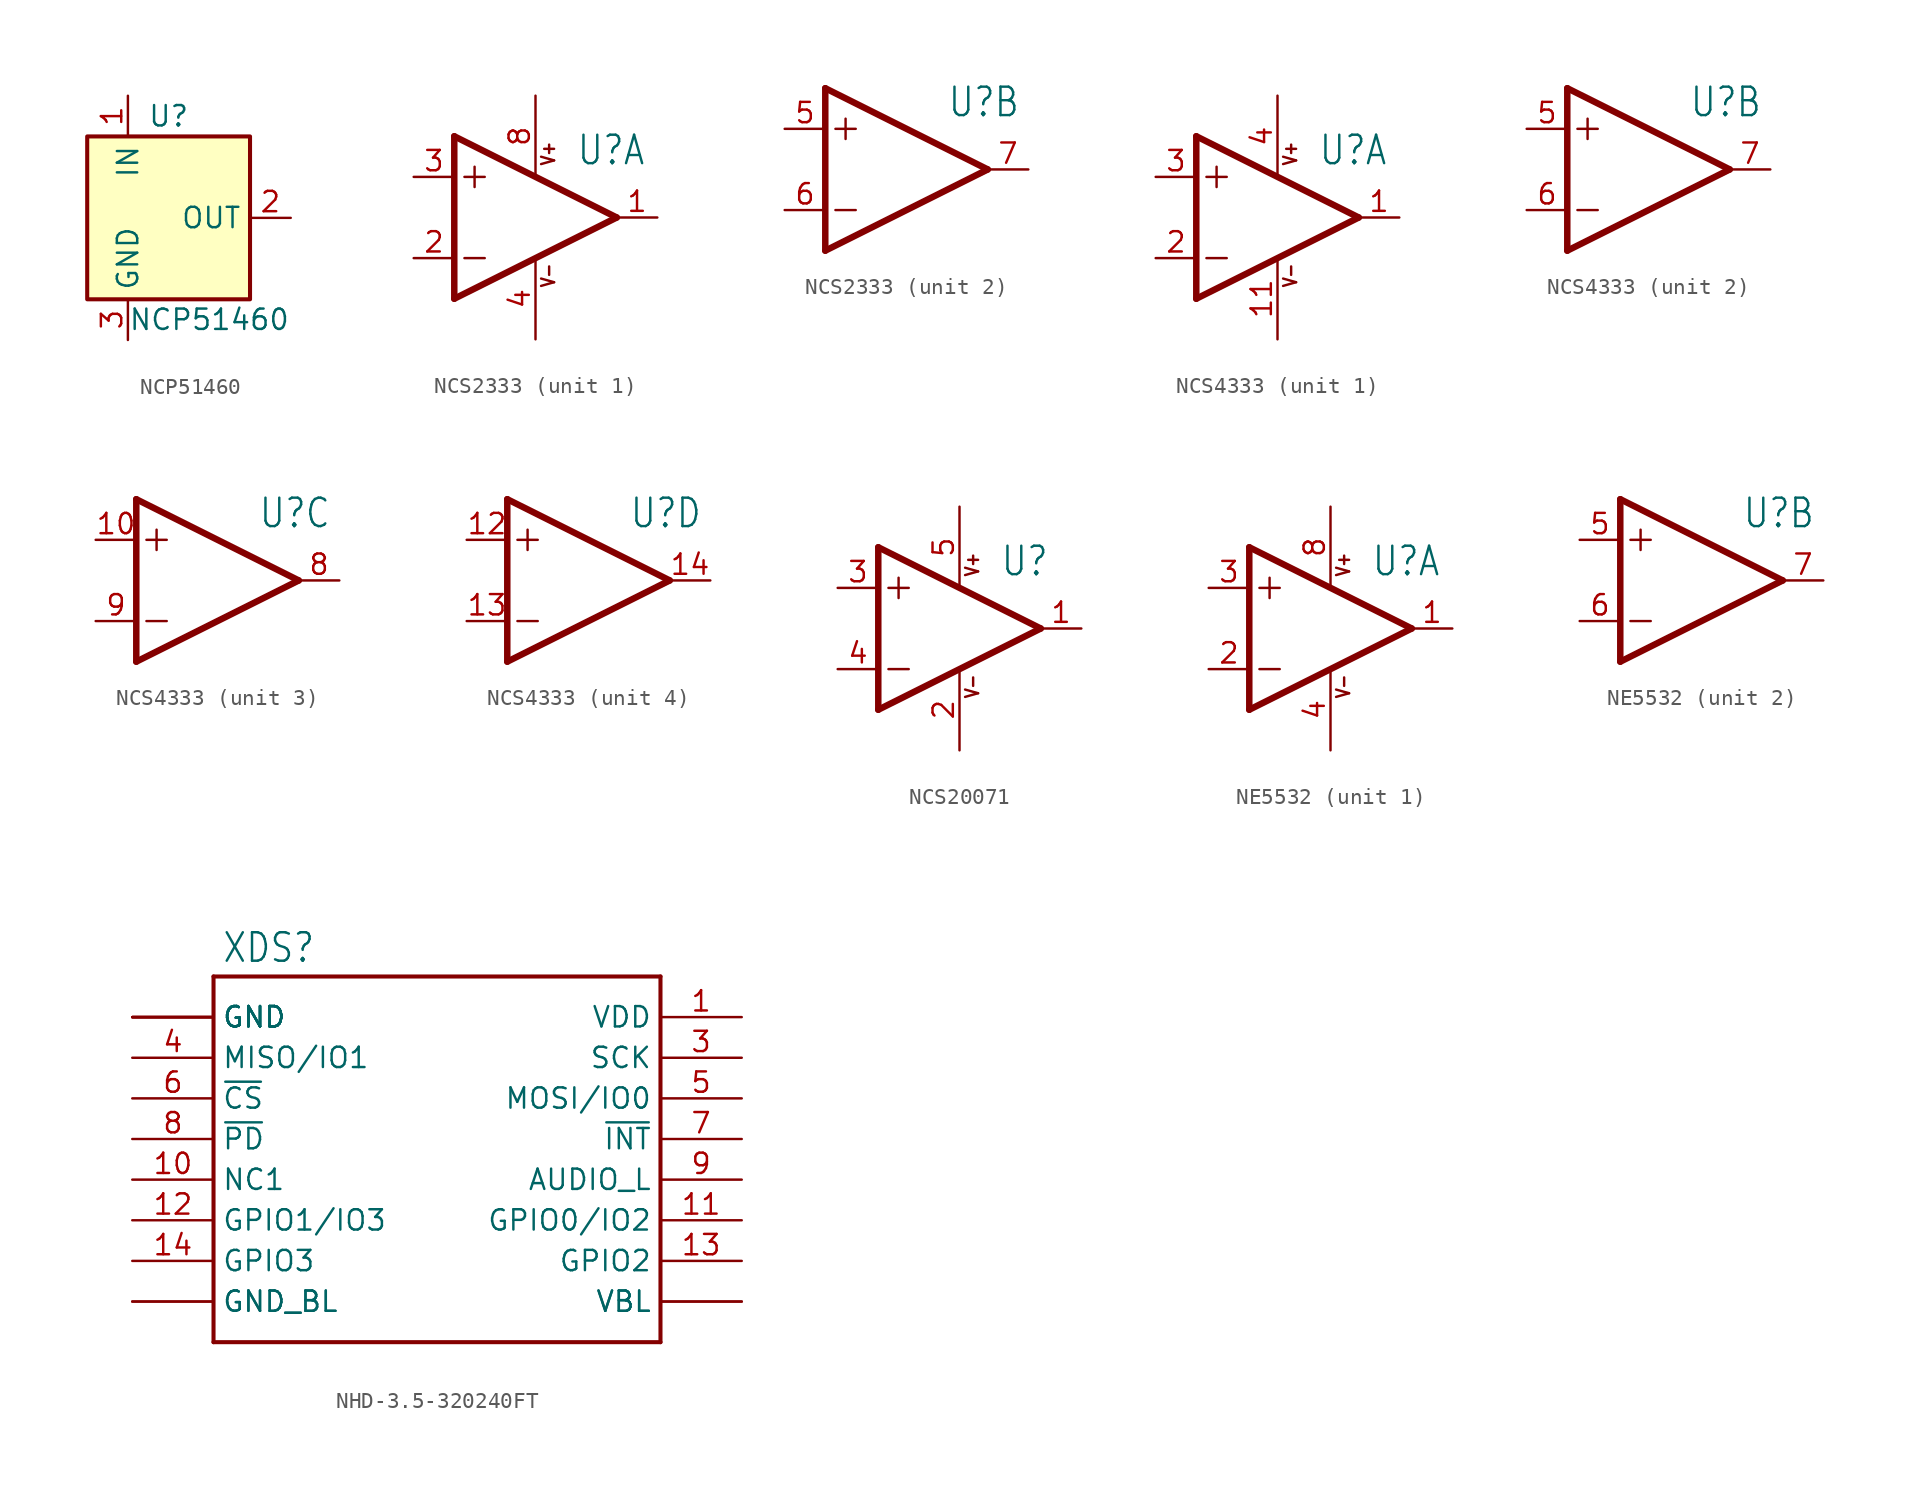
<source format=kicad_sym>
(kicad_symbol_lib
  (version 20231120)
  (generator "kicad_symbol_editor")
  (generator_version "8.0")
  (symbol "NCP51460"
    (property "Reference" "U"
      (at 0 6.35 0)
      (effects (font (size 1.27 1.27))))
    (property "Value" "NCP51460"
      (at 2.54 -6.35 0)
      (effects (font (size 1.27 1.27))))
    (symbol "NCP51460_0_1"
      (rectangle (start -5.08 5.08) (end 5.08 -5.08) (stroke (width 0.254) (type default)) (fill (type background))))
    (symbol "NCP51460_1_1"
      (pin power_in line (at -2.54 7.62 270) (length 2.54) (name "IN" (effects (font (size 1.27 1.27)))) (number "1" (effects (font (size 1.27 1.27)))))
      (pin power_out line (at 7.62 0 180) (length 2.54) (name "OUT" (effects (font (size 1.27 1.27)))) (number "2" (effects (font (size 1.27 1.27)))))
      (pin power_in line (at -2.54 -7.62 90) (length 2.54) (name "GND" (effects (font (size 1.27 1.27)))) (number "3" (effects (font (size 1.27 1.27)))))))
  (symbol "NCS2333"
    (property "Reference" "U"
      (at 2.54 3.175 0)
      (effects (font (size 1.778 1.511)) (justify left bottom)))
    (property "Value" ""
      (at 2.54 -5.08 0)
      (effects (font (size 1.778 1.511)) (justify left bottom)))
    (property "ki_locked" ""
      (at 0 0 0)
      (effects (font (size 1.27 1.27))))
    (symbol "NCS2333_1_0"
      (polyline (pts (xy -5.08 -5.08) (xy 5.08 0)) (stroke (width 0.406) (type solid)) (fill (type none)))
      (polyline (pts (xy -5.08 5.08) (xy -5.08 -5.08)) (stroke (width 0.406) (type solid)) (fill (type none)))
      (polyline (pts (xy -4.445 -2.54) (xy -3.175 -2.54)) (stroke (width 0.152) (type solid)) (fill (type none)))
      (polyline (pts (xy -4.445 2.54) (xy -3.175 2.54)) (stroke (width 0.152) (type solid)) (fill (type none)))
      (polyline (pts (xy -3.81 3.175) (xy -3.81 1.905)) (stroke (width 0.152) (type solid)) (fill (type none)))
      (polyline (pts (xy 5.08 0) (xy -5.08 5.08)) (stroke (width 0.406) (type solid)) (fill (type none)))
      (text "V+" (at 1.27 3.175 900) (effects (font (size 0.813 0.691)) (justify left bottom)))
      (text "V-" (at 1.27 -4.445 900) (effects (font (size 0.813 0.691)) (justify left bottom)))
      (pin output line (at 7.62 0 180) (length 2.54) (name "OUT" (effects (font (size 0 0)))) (number "1" (effects (font (size 1.27 1.27)))))
      (pin input line (at -7.62 -2.54 0) (length 2.54) (name "-IN" (effects (font (size 0 0)))) (number "2" (effects (font (size 1.27 1.27)))))
      (pin input line (at -7.62 2.54 0) (length 2.54) (name "+IN" (effects (font (size 0 0)))) (number "3" (effects (font (size 1.27 1.27)))))
      (pin power_in line (at 0 -7.62 90) (length 5.08) (name "V-" (effects (font (size 0 0)))) (number "4" (effects (font (size 1.27 1.27)))))
      (pin power_in line (at 0 7.62 270) (length 5.08) (name "V+" (effects (font (size 0 0)))) (number "8" (effects (font (size 1.27 1.27))))))
    (symbol "NCS2333_2_0"
      (polyline (pts (xy -5.08 -5.08) (xy 5.08 0)) (stroke (width 0.406) (type solid)) (fill (type none)))
      (polyline (pts (xy -5.08 5.08) (xy -5.08 -5.08)) (stroke (width 0.406) (type solid)) (fill (type none)))
      (polyline (pts (xy -4.445 -2.54) (xy -3.175 -2.54)) (stroke (width 0.152) (type solid)) (fill (type none)))
      (polyline (pts (xy -4.445 2.54) (xy -3.175 2.54)) (stroke (width 0.152) (type solid)) (fill (type none)))
      (polyline (pts (xy -3.81 3.175) (xy -3.81 1.905)) (stroke (width 0.152) (type solid)) (fill (type none)))
      (polyline (pts (xy 5.08 0) (xy -5.08 5.08)) (stroke (width 0.406) (type solid)) (fill (type none)))
      (pin input line (at -7.62 2.54 0) (length 2.54) (name "+IN" (effects (font (size 0 0)))) (number "5" (effects (font (size 1.27 1.27)))))
      (pin input line (at -7.62 -2.54 0) (length 2.54) (name "-IN" (effects (font (size 0 0)))) (number "6" (effects (font (size 1.27 1.27)))))
      (pin output line (at 7.62 0 180) (length 2.54) (name "OUT" (effects (font (size 0 0)))) (number "7" (effects (font (size 1.27 1.27)))))))
  (symbol "NCS4333"
    (property "Reference" "U"
      (at 2.54 3.175 0)
      (effects (font (size 1.778 1.511)) (justify left bottom)))
    (property "Value" ""
      (at 2.54 -5.08 0)
      (effects (font (size 1.778 1.511)) (justify left bottom)))
    (property "ki_locked" ""
      (at 0 0 0)
      (effects (font (size 1.27 1.27))))
    (symbol "NCS4333_1_0"
      (polyline (pts (xy -5.08 -5.08) (xy 5.08 0)) (stroke (width 0.406) (type solid)) (fill (type none)))
      (polyline (pts (xy -5.08 5.08) (xy -5.08 -5.08)) (stroke (width 0.406) (type solid)) (fill (type none)))
      (polyline (pts (xy -4.445 -2.54) (xy -3.175 -2.54)) (stroke (width 0.152) (type solid)) (fill (type none)))
      (polyline (pts (xy -4.445 2.54) (xy -3.175 2.54)) (stroke (width 0.152) (type solid)) (fill (type none)))
      (polyline (pts (xy -3.81 3.175) (xy -3.81 1.905)) (stroke (width 0.152) (type solid)) (fill (type none)))
      (polyline (pts (xy 5.08 0) (xy -5.08 5.08)) (stroke (width 0.406) (type solid)) (fill (type none)))
      (text "V+" (at 1.27 3.175 900) (effects (font (size 0.813 0.691)) (justify left bottom)))
      (text "V-" (at 1.27 -4.445 900) (effects (font (size 0.813 0.691)) (justify left bottom)))
      (pin output line (at 7.62 0 180) (length 2.54) (name "OUT" (effects (font (size 0 0)))) (number "1" (effects (font (size 1.27 1.27)))))
      (pin power_in line (at 0 -7.62 90) (length 5.08) (name "V-" (effects (font (size 0 0)))) (number "11" (effects (font (size 1.27 1.27)))))
      (pin input line (at -7.62 -2.54 0) (length 2.54) (name "-IN" (effects (font (size 0 0)))) (number "2" (effects (font (size 1.27 1.27)))))
      (pin input line (at -7.62 2.54 0) (length 2.54) (name "+IN" (effects (font (size 0 0)))) (number "3" (effects (font (size 1.27 1.27)))))
      (pin power_in line (at 0 7.62 270) (length 5.08) (name "V+" (effects (font (size 0 0)))) (number "4" (effects (font (size 1.27 1.27))))))
    (symbol "NCS4333_2_0"
      (polyline (pts (xy -5.08 -5.08) (xy 5.08 0)) (stroke (width 0.406) (type solid)) (fill (type none)))
      (polyline (pts (xy -5.08 5.08) (xy -5.08 -5.08)) (stroke (width 0.406) (type solid)) (fill (type none)))
      (polyline (pts (xy -4.445 -2.54) (xy -3.175 -2.54)) (stroke (width 0.152) (type solid)) (fill (type none)))
      (polyline (pts (xy -4.445 2.54) (xy -3.175 2.54)) (stroke (width 0.152) (type solid)) (fill (type none)))
      (polyline (pts (xy -3.81 3.175) (xy -3.81 1.905)) (stroke (width 0.152) (type solid)) (fill (type none)))
      (polyline (pts (xy 5.08 0) (xy -5.08 5.08)) (stroke (width 0.406) (type solid)) (fill (type none)))
      (pin input line (at -7.62 2.54 0) (length 2.54) (name "+IN" (effects (font (size 0 0)))) (number "5" (effects (font (size 1.27 1.27)))))
      (pin input line (at -7.62 -2.54 0) (length 2.54) (name "-IN" (effects (font (size 0 0)))) (number "6" (effects (font (size 1.27 1.27)))))
      (pin output line (at 7.62 0 180) (length 2.54) (name "OUT" (effects (font (size 0 0)))) (number "7" (effects (font (size 1.27 1.27))))))
    (symbol "NCS4333_3_0"
      (polyline (pts (xy -5.08 -5.08) (xy 5.08 0)) (stroke (width 0.406) (type solid)) (fill (type none)))
      (polyline (pts (xy -5.08 5.08) (xy -5.08 -5.08)) (stroke (width 0.406) (type solid)) (fill (type none)))
      (polyline (pts (xy -4.445 -2.54) (xy -3.175 -2.54)) (stroke (width 0.152) (type solid)) (fill (type none)))
      (polyline (pts (xy -4.445 2.54) (xy -3.175 2.54)) (stroke (width 0.152) (type solid)) (fill (type none)))
      (polyline (pts (xy -3.81 3.175) (xy -3.81 1.905)) (stroke (width 0.152) (type solid)) (fill (type none)))
      (polyline (pts (xy 5.08 0) (xy -5.08 5.08)) (stroke (width 0.406) (type solid)) (fill (type none)))
      (pin input line (at -7.62 2.54 0) (length 2.54) (name "+IN" (effects (font (size 0 0)))) (number "10" (effects (font (size 1.27 1.27)))))
      (pin output line (at 7.62 0 180) (length 2.54) (name "OUT" (effects (font (size 0 0)))) (number "8" (effects (font (size 1.27 1.27)))))
      (pin input line (at -7.62 -2.54 0) (length 2.54) (name "-IN" (effects (font (size 0 0)))) (number "9" (effects (font (size 1.27 1.27))))))
    (symbol "NCS4333_4_0"
      (polyline (pts (xy -5.08 -5.08) (xy 5.08 0)) (stroke (width 0.406) (type solid)) (fill (type none)))
      (polyline (pts (xy -5.08 5.08) (xy -5.08 -5.08)) (stroke (width 0.406) (type solid)) (fill (type none)))
      (polyline (pts (xy -4.445 -2.54) (xy -3.175 -2.54)) (stroke (width 0.152) (type solid)) (fill (type none)))
      (polyline (pts (xy -4.445 2.54) (xy -3.175 2.54)) (stroke (width 0.152) (type solid)) (fill (type none)))
      (polyline (pts (xy -3.81 3.175) (xy -3.81 1.905)) (stroke (width 0.152) (type solid)) (fill (type none)))
      (polyline (pts (xy 5.08 0) (xy -5.08 5.08)) (stroke (width 0.406) (type solid)) (fill (type none)))
      (pin input line (at -7.62 2.54 0) (length 2.54) (name "+IN" (effects (font (size 0 0)))) (number "12" (effects (font (size 1.27 1.27)))))
      (pin input line (at -7.62 -2.54 0) (length 2.54) (name "-IN" (effects (font (size 0 0)))) (number "13" (effects (font (size 1.27 1.27)))))
      (pin output line (at 7.62 0 180) (length 2.54) (name "OUT" (effects (font (size 0 0)))) (number "14" (effects (font (size 1.27 1.27)))))))
  (symbol "NCS20071"
    (property "Reference" "U"
      (at 2.54 3.175 0)
      (effects (font (size 1.778 1.511)) (justify left bottom)))
    (property "Value" ""
      (at 2.54 -5.08 0)
      (effects (font (size 1.778 1.511)) (justify left bottom)))
    (property "ki_locked" ""
      (at 0 0 0)
      (effects (font (size 1.27 1.27))))
    (symbol "NCS20071_1_0"
      (polyline (pts (xy -5.08 -5.08) (xy 5.08 0)) (stroke (width 0.406) (type solid)) (fill (type none)))
      (polyline (pts (xy -5.08 5.08) (xy -5.08 -5.08)) (stroke (width 0.406) (type solid)) (fill (type none)))
      (polyline (pts (xy -4.445 -2.54) (xy -3.175 -2.54)) (stroke (width 0.152) (type solid)) (fill (type none)))
      (polyline (pts (xy -4.445 2.54) (xy -3.175 2.54)) (stroke (width 0.152) (type solid)) (fill (type none)))
      (polyline (pts (xy -3.81 3.175) (xy -3.81 1.905)) (stroke (width 0.152) (type solid)) (fill (type none)))
      (polyline (pts (xy 5.08 0) (xy -5.08 5.08)) (stroke (width 0.406) (type solid)) (fill (type none)))
      (text "V+" (at 1.27 3.175 900) (effects (font (size 0.813 0.691)) (justify left bottom)))
      (text "V-" (at 1.27 -4.445 900) (effects (font (size 0.813 0.691)) (justify left bottom)))
      (pin output line (at 7.62 0 180) (length 2.54) (name "OUT" (effects (font (size 0 0)))) (number "1" (effects (font (size 1.27 1.27)))))
      (pin power_in line (at 0 -7.62 90) (length 5.08) (name "V-" (effects (font (size 0 0)))) (number "2" (effects (font (size 1.27 1.27)))))
      (pin input line (at -7.62 2.54 0) (length 2.54) (name "+IN" (effects (font (size 0 0)))) (number "3" (effects (font (size 1.27 1.27)))))
      (pin input line (at -7.62 -2.54 0) (length 2.54) (name "-IN" (effects (font (size 0 0)))) (number "4" (effects (font (size 1.27 1.27)))))
      (pin power_in line (at 0 7.62 270) (length 5.08) (name "V+" (effects (font (size 0 0)))) (number "5" (effects (font (size 1.27 1.27)))))))
  (symbol "NE5532"
    (property "Reference" "U"
      (at 2.54 3.175 0)
      (effects (font (size 1.778 1.511)) (justify left bottom)))
    (property "Value" ""
      (at 2.54 -5.08 0)
      (effects (font (size 1.778 1.511)) (justify left bottom)))
    (property "ki_locked" ""
      (at 0 0 0)
      (effects (font (size 1.27 1.27))))
    (symbol "NE5532_1_0"
      (polyline (pts (xy -5.08 -5.08) (xy 5.08 0)) (stroke (width 0.406) (type solid)) (fill (type none)))
      (polyline (pts (xy -5.08 5.08) (xy -5.08 -5.08)) (stroke (width 0.406) (type solid)) (fill (type none)))
      (polyline (pts (xy -4.445 -2.54) (xy -3.175 -2.54)) (stroke (width 0.152) (type solid)) (fill (type none)))
      (polyline (pts (xy -4.445 2.54) (xy -3.175 2.54)) (stroke (width 0.152) (type solid)) (fill (type none)))
      (polyline (pts (xy -3.81 3.175) (xy -3.81 1.905)) (stroke (width 0.152) (type solid)) (fill (type none)))
      (polyline (pts (xy 5.08 0) (xy -5.08 5.08)) (stroke (width 0.406) (type solid)) (fill (type none)))
      (text "V+" (at 1.27 3.175 900) (effects (font (size 0.813 0.691)) (justify left bottom)))
      (text "V-" (at 1.27 -4.445 900) (effects (font (size 0.813 0.691)) (justify left bottom)))
      (pin output line (at 7.62 0 180) (length 2.54) (name "OUT" (effects (font (size 0 0)))) (number "1" (effects (font (size 1.27 1.27)))))
      (pin input line (at -7.62 -2.54 0) (length 2.54) (name "-IN" (effects (font (size 0 0)))) (number "2" (effects (font (size 1.27 1.27)))))
      (pin input line (at -7.62 2.54 0) (length 2.54) (name "+IN" (effects (font (size 0 0)))) (number "3" (effects (font (size 1.27 1.27)))))
      (pin power_in line (at 0 -7.62 90) (length 5.08) (name "V-" (effects (font (size 0 0)))) (number "4" (effects (font (size 1.27 1.27)))))
      (pin power_in line (at 0 7.62 270) (length 5.08) (name "V+" (effects (font (size 0 0)))) (number "8" (effects (font (size 1.27 1.27))))))
    (symbol "NE5532_2_0"
      (polyline (pts (xy -5.08 -5.08) (xy 5.08 0)) (stroke (width 0.406) (type solid)) (fill (type none)))
      (polyline (pts (xy -5.08 5.08) (xy -5.08 -5.08)) (stroke (width 0.406) (type solid)) (fill (type none)))
      (polyline (pts (xy -4.445 -2.54) (xy -3.175 -2.54)) (stroke (width 0.152) (type solid)) (fill (type none)))
      (polyline (pts (xy -4.445 2.54) (xy -3.175 2.54)) (stroke (width 0.152) (type solid)) (fill (type none)))
      (polyline (pts (xy -3.81 3.175) (xy -3.81 1.905)) (stroke (width 0.152) (type solid)) (fill (type none)))
      (polyline (pts (xy 5.08 0) (xy -5.08 5.08)) (stroke (width 0.406) (type solid)) (fill (type none)))
      (pin input line (at -7.62 2.54 0) (length 2.54) (name "+IN" (effects (font (size 0 0)))) (number "5" (effects (font (size 1.27 1.27)))))
      (pin input line (at -7.62 -2.54 0) (length 2.54) (name "-IN" (effects (font (size 0 0)))) (number "6" (effects (font (size 1.27 1.27)))))
      (pin output line (at 7.62 0 180) (length 2.54) (name "OUT" (effects (font (size 0 0)))) (number "7" (effects (font (size 1.27 1.27)))))))
  (symbol "NHD-3.5-320240FT"
    (property "Reference" "XDS"
      (at -12.192 16.002 0)
      (effects (font (size 1.778 1.511)) (justify left bottom)))
    (property "Value" ""
      (at 5.334 16.002 0)
      (effects (font (size 1.778 1.511)) (justify left bottom)))
    (property "ki_locked" ""
      (at 0 0 0)
      (effects (font (size 1.27 1.27))))
    (symbol "NHD-3.5-320240FT_1_0"
      (polyline (pts (xy -12.7 -7.62) (xy 15.24 -7.62)) (stroke (width 0.254) (type solid)) (fill (type none)))
      (polyline (pts (xy -12.7 15.24) (xy -12.7 -7.62)) (stroke (width 0.254) (type solid)) (fill (type none)))
      (polyline (pts (xy 15.24 -7.62) (xy 15.24 15.24)) (stroke (width 0.254) (type solid)) (fill (type none)))
      (polyline (pts (xy 15.24 15.24) (xy -12.7 15.24)) (stroke (width 0.254) (type solid)) (fill (type none)))
      (pin power_in line (at 20.32 12.7 180) (length 5.08) (name "VDD" (effects (font (size 1.27 1.27)))) (number "1" (effects (font (size 1.27 1.27)))))
      (pin bidirectional line (at -17.78 2.54 0) (length 5.08) (name "NC1" (effects (font (size 1.27 1.27)))) (number "10" (effects (font (size 1.27 1.27)))))
      (pin bidirectional line (at 20.32 0 180) (length 5.08) (name "GPIO0/IO2" (effects (font (size 1.27 1.27)))) (number "11" (effects (font (size 1.27 1.27)))))
      (pin bidirectional line (at -17.78 0 0) (length 5.08) (name "GPIO1/IO3" (effects (font (size 1.27 1.27)))) (number "12" (effects (font (size 1.27 1.27)))))
      (pin bidirectional line (at 20.32 -2.54 180) (length 5.08) (name "GPIO2" (effects (font (size 1.27 1.27)))) (number "13" (effects (font (size 1.27 1.27)))))
      (pin bidirectional line (at -17.78 -2.54 0) (length 5.08) (name "GPIO3" (effects (font (size 1.27 1.27)))) (number "14" (effects (font (size 1.27 1.27)))))
      (pin power_in line (at 20.32 -5.08 180) (length 5.08) (name "VBL" (effects (font (size 1.27 1.27)))) (number "17" (effects (font (size 0 0)))))
      (pin power_in line (at 20.32 -5.08 180) (length 5.08) (name "VBL" (effects (font (size 1.27 1.27)))) (number "18" (effects (font (size 0 0)))))
      (pin bidirectional line (at -17.78 -5.08 0) (length 5.08) (name "GND_BL" (effects (font (size 1.27 1.27)))) (number "19" (effects (font (size 0 0)))))
      (pin power_in line (at -17.78 12.7 0) (length 5.08) (name "GND" (effects (font (size 1.27 1.27)))) (number "2" (effects (font (size 0 0)))))
      (pin bidirectional line (at -17.78 -5.08 0) (length 5.08) (name "GND_BL" (effects (font (size 1.27 1.27)))) (number "20" (effects (font (size 0 0)))))
      (pin bidirectional line (at 20.32 10.16 180) (length 5.08) (name "SCK" (effects (font (size 1.27 1.27)))) (number "3" (effects (font (size 1.27 1.27)))))
      (pin bidirectional line (at -17.78 10.16 0) (length 5.08) (name "MISO/IO1" (effects (font (size 1.27 1.27)))) (number "4" (effects (font (size 1.27 1.27)))))
      (pin bidirectional line (at 20.32 7.62 180) (length 5.08) (name "MOSI/IO0" (effects (font (size 1.27 1.27)))) (number "5" (effects (font (size 1.27 1.27)))))
      (pin bidirectional line (at -17.78 7.62 0) (length 5.08) (name "~{CS}" (effects (font (size 1.27 1.27)))) (number "6" (effects (font (size 1.27 1.27)))))
      (pin bidirectional line (at 20.32 5.08 180) (length 5.08) (name "~{INT}" (effects (font (size 1.27 1.27)))) (number "7" (effects (font (size 1.27 1.27)))))
      (pin bidirectional line (at -17.78 5.08 0) (length 5.08) (name "~{PD}" (effects (font (size 1.27 1.27)))) (number "8" (effects (font (size 1.27 1.27)))))
      (pin bidirectional line (at 20.32 2.54 180) (length 5.08) (name "AUDIO_L" (effects (font (size 1.27 1.27)))) (number "9" (effects (font (size 1.27 1.27)))))
      (pin power_in line (at -17.78 12.7 0) (length 5.08) (name "GND" (effects (font (size 1.27 1.27)))) (number "S1" (effects (font (size 0 0)))))
      (pin power_in line (at -17.78 12.7 0) (length 5.08) (name "GND" (effects (font (size 1.27 1.27)))) (number "S2" (effects (font (size 0 0)))))
      (pin power_in line (at -17.78 12.7 0) (length 5.08) (name "GND" (effects (font (size 1.27 1.27)))) (number "S3" (effects (font (size 0 0)))))
      (pin power_in line (at -17.78 12.7 0) (length 5.08) (name "GND" (effects (font (size 1.27 1.27)))) (number "S4" (effects (font (size 0 0))))))))
</source>
